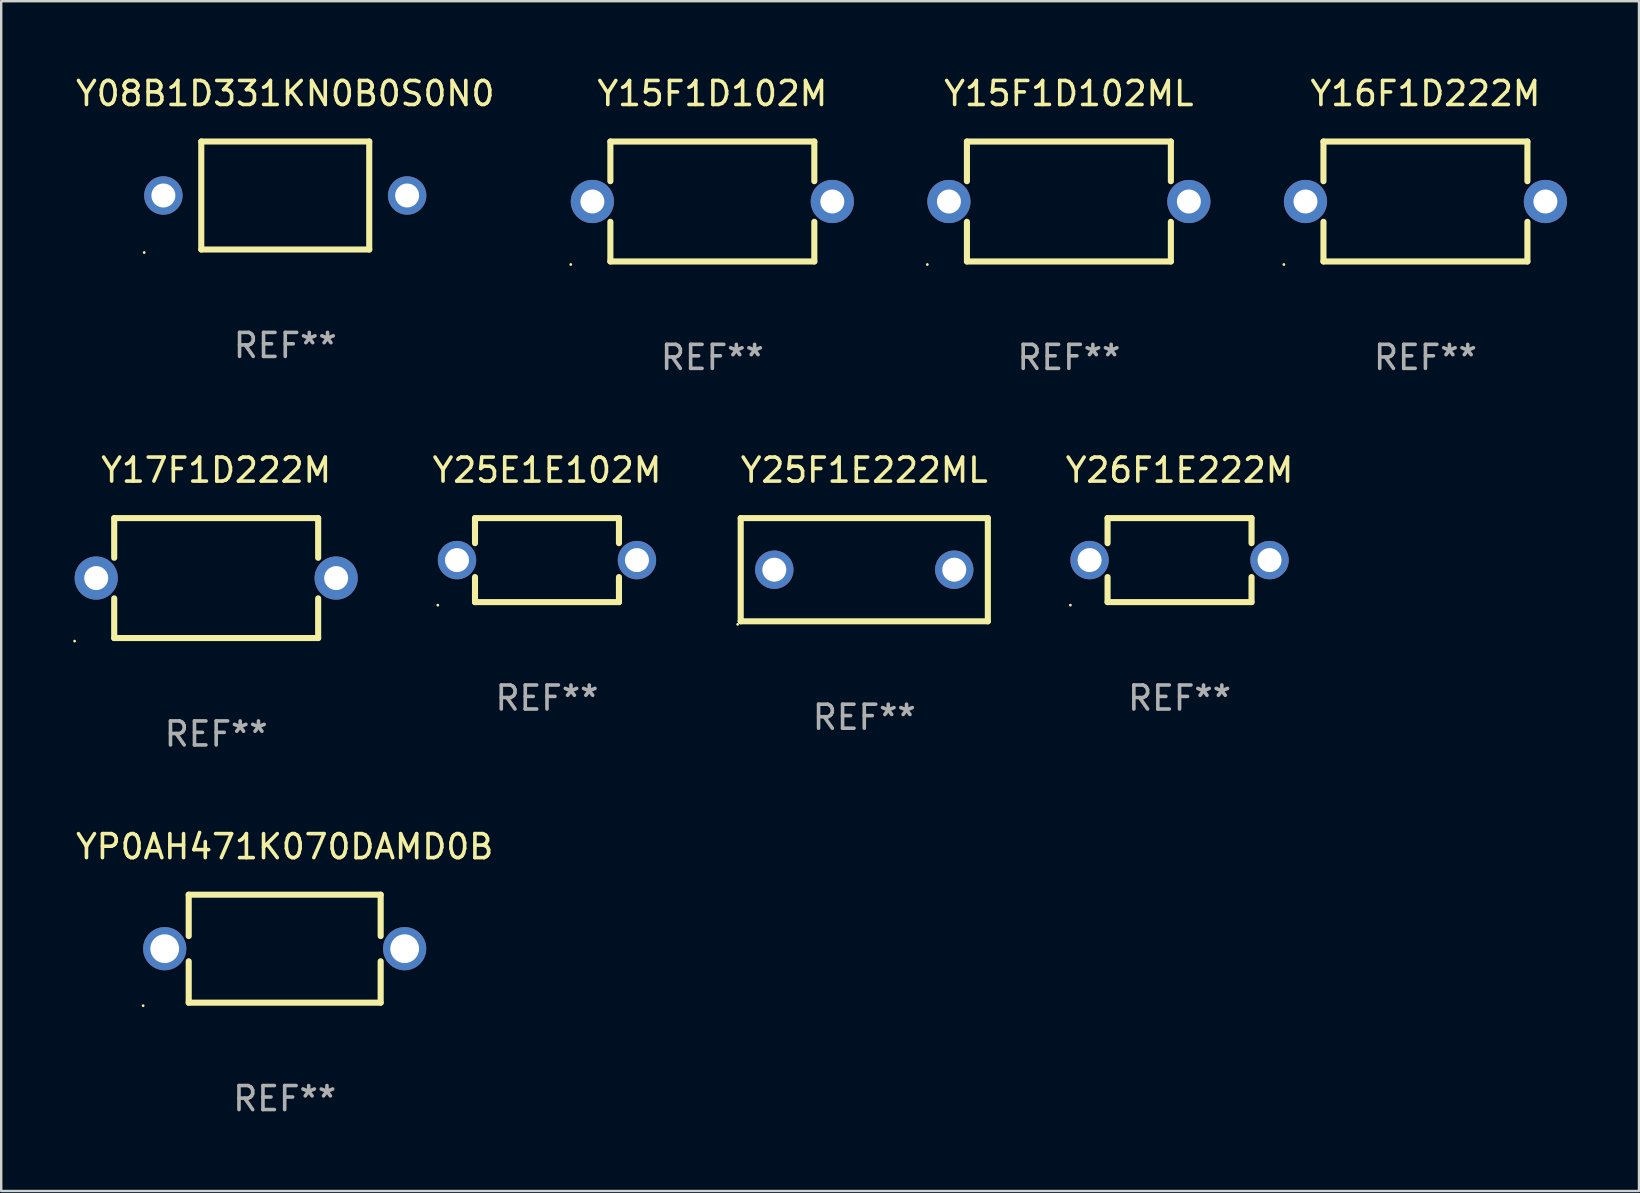
<source format=kicad_pcb>
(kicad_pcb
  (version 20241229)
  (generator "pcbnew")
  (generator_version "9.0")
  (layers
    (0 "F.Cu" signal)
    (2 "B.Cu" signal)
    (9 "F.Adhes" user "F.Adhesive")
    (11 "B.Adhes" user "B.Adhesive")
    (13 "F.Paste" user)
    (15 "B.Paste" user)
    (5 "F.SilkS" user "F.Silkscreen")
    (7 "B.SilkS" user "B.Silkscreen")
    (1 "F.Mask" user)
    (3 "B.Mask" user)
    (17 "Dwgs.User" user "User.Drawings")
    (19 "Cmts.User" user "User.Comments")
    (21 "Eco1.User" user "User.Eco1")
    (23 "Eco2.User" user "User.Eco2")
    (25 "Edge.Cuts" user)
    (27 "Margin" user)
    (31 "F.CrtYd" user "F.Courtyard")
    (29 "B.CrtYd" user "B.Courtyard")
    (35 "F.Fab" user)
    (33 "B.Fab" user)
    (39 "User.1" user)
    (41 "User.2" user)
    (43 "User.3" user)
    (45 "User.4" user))
  (footprint "YP0AH471K070DAMD0B"
    (layer "F.Cu")
    (at 8.815 36.489)
    (property "Reference" "YP0AH471K070DAMD0B" (at 0 -4.25 0) (layer "F.SilkS") (effects (font (size 1 1) (thickness 0.15))))
    (attr through_hole)
    (fp_line (start -4 -2.25) (end -4 -0.526) (stroke (width 0.254) (type solid)) (layer "F.SilkS"))
    (fp_line (start -4 -2.25) (end 4 -2.25) (stroke (width 0.254) (type solid)) (layer "F.SilkS"))
    (fp_line (start -4 0.526) (end -4 2.25) (stroke (width 0.254) (type solid)) (layer "F.SilkS"))
    (fp_line (start 4 -2.25) (end 4 -0.526) (stroke (width 0.254) (type solid)) (layer "F.SilkS"))
    (fp_line (start 4 0.526) (end 4 2.25) (stroke (width 0.254) (type solid)) (layer "F.SilkS"))
    (fp_line (start 4 2.25) (end -4 2.25) (stroke (width 0.254) (type solid)) (layer "F.SilkS"))
    (fp_circle (center -5.9 2.377) (end -5.87 2.377) (stroke (width 0.06) (type solid)) (fill no) (layer "F.SilkS"))
    (fp_text user "REF**" (at 0 6.25 0) (layer "F.Fab") (effects (font (size 1 1) (thickness 0.15))))
    (pad "1" thru_hole circle (at -5 0) (size 1.8 1.8) (drill 1.2) (layers "*.Cu" "*.Mask"))
    (pad "2" thru_hole circle (at 5 0) (size 1.8 1.8) (drill 1.2) (layers "*.Cu" "*.Mask")))
  (footprint "Y15F1D102ML"
    (layer "F.Cu")
    (at 41.499 5.348)
    (property "Reference" "Y15F1D102ML" (at 0 -4.499 0) (layer "F.SilkS") (effects (font (size 1 1) (thickness 0.15))))
    (attr through_hole)
    (fp_line (start -4.25 -2.499) (end -4.25 -0.846) (stroke (width 0.254) (type solid)) (layer "F.SilkS"))
    (fp_line (start -4.25 -2.499) (end 4.25 -2.499) (stroke (width 0.254) (type solid)) (layer "F.SilkS"))
    (fp_line (start -4.25 0.846) (end -4.25 2.499) (stroke (width 0.254) (type solid)) (layer "F.SilkS"))
    (fp_line (start 4.25 -0.846) (end 4.25 -2.499) (stroke (width 0.254) (type solid)) (layer "F.SilkS"))
    (fp_line (start 4.25 2.499) (end -4.25 2.499) (stroke (width 0.254) (type solid)) (layer "F.SilkS"))
    (fp_line (start 4.25 2.499) (end 4.25 0.846) (stroke (width 0.254) (type solid)) (layer "F.SilkS"))
    (fp_circle (center -5.9 2.626) (end -5.87 2.626) (stroke (width 0.06) (type solid)) (fill no) (layer "F.SilkS"))
    (fp_text user "REF**" (at 0 6.499 0) (layer "F.Fab") (effects (font (size 1 1) (thickness 0.15))))
    (pad "1" thru_hole circle (at -5 0) (size 1.8 1.8) (drill 1) (layers "*.Cu" "*.Mask"))
    (pad "2" thru_hole circle (at 5 0) (size 1.8 1.8) (drill 1) (layers "*.Cu" "*.Mask")))
  (footprint "Y25E1E102M"
    (layer "F.Cu")
    (at 19.747 20.294)
    (property "Reference" "Y25E1E102M" (at 0 -3.75 0) (layer "F.SilkS") (effects (font (size 1 1) (thickness 0.15))))
    (attr through_hole)
    (fp_line (start -3 -1.75) (end -3 -0.706) (stroke (width 0.254) (type solid)) (layer "F.SilkS"))
    (fp_line (start -3 -1.75) (end 3 -1.75) (stroke (width 0.254) (type solid)) (layer "F.SilkS"))
    (fp_line (start -3 0.706) (end -3 1.75) (stroke (width 0.254) (type solid)) (layer "F.SilkS"))
    (fp_line (start 3 -1.75) (end 3 -0.706) (stroke (width 0.254) (type solid)) (layer "F.SilkS"))
    (fp_line (start 3 0.706) (end 3 1.75) (stroke (width 0.254) (type solid)) (layer "F.SilkS"))
    (fp_line (start 3 1.75) (end -3 1.75) (stroke (width 0.254) (type solid)) (layer "F.SilkS"))
    (fp_circle (center -4.55 1.877) (end -4.52 1.877) (stroke (width 0.06) (type solid)) (fill no) (layer "F.SilkS"))
    (fp_text user "REF**" (at 0 5.75 0) (layer "F.Fab") (effects (font (size 1 1) (thickness 0.15))))
    (pad "1" thru_hole circle (at -3.75 -0.000025) (size 1.6 1.6) (drill 1) (layers "*.Cu" "*.Mask"))
    (pad "2" thru_hole circle (at 3.75 -0.000025) (size 1.6 1.6) (drill 1) (layers "*.Cu" "*.Mask")))
  (footprint "Y15F1D102M"
    (layer "F.Cu")
    (at 26.639 5.348)
    (property "Reference" "Y15F1D102M" (at 0 -4.499 0) (layer "F.SilkS") (effects (font (size 1 1) (thickness 0.15))))
    (attr through_hole)
    (fp_line (start -4.25 -2.499) (end -4.25 -0.846) (stroke (width 0.254) (type solid)) (layer "F.SilkS"))
    (fp_line (start -4.25 -2.499) (end 4.25 -2.499) (stroke (width 0.254) (type solid)) (layer "F.SilkS"))
    (fp_line (start -4.25 0.846) (end -4.25 2.499) (stroke (width 0.254) (type solid)) (layer "F.SilkS"))
    (fp_line (start 4.25 -0.846) (end 4.25 -2.499) (stroke (width 0.254) (type solid)) (layer "F.SilkS"))
    (fp_line (start 4.25 2.499) (end -4.25 2.499) (stroke (width 0.254) (type solid)) (layer "F.SilkS"))
    (fp_line (start 4.25 2.499) (end 4.25 0.846) (stroke (width 0.254) (type solid)) (layer "F.SilkS"))
    (fp_circle (center -5.9 2.626) (end -5.87 2.626) (stroke (width 0.06) (type solid)) (fill no) (layer "F.SilkS"))
    (fp_text user "REF**" (at 0 6.499 0) (layer "F.Fab") (effects (font (size 1 1) (thickness 0.15))))
    (pad "1" thru_hole circle (at -5 0) (size 1.8 1.8) (drill 1) (layers "*.Cu" "*.Mask"))
    (pad "2" thru_hole circle (at 5 0) (size 1.8 1.8) (drill 1) (layers "*.Cu" "*.Mask")))
  (footprint "Y25F1E222ML"
    (layer "F.Cu")
    (at 32.971 20.694)
    (property "Reference" "Y25F1E222ML" (at 0 -4.15 0) (layer "F.SilkS") (effects (font (size 1 1) (thickness 0.15))))
    (attr through_hole)
    (fp_line (start -5.15 2.15) (end -5.15 -2.15) (stroke (width 0.254) (type solid)) (layer "F.SilkS"))
    (fp_line (start -5.15 -2.15) (end 5.15 -2.15) (stroke (width 0.254) (type solid)) (layer "F.SilkS"))
    (fp_line (start 5.15 2.15) (end -5.15 2.15) (stroke (width 0.254) (type solid)) (layer "F.SilkS"))
    (fp_line (start 5.15 -2.15) (end 5.15 2.15) (stroke (width 0.254) (type solid)) (layer "F.SilkS"))
    (fp_circle (center -5.277 2.277) (end -5.247 2.277) (stroke (width 0.06) (type solid)) (fill no) (layer "F.SilkS"))
    (fp_text user "REF**" (at 0 6.15 0) (layer "F.Fab") (effects (font (size 1 1) (thickness 0.15))))
    (pad "1" thru_hole circle (at -3.75 0) (size 1.6 1.6) (drill 1) (layers "*.Cu" "*.Mask"))
    (pad "2" thru_hole circle (at 3.75 0) (size 1.6 1.6) (drill 1) (layers "*.Cu" "*.Mask")))
  (footprint "Y17F1D222M"
    (layer "F.Cu")
    (at 5.96 21.043)
    (property "Reference" "Y17F1D222M" (at 0 -4.499 0) (layer "F.SilkS") (effects (font (size 1 1) (thickness 0.15))))
    (attr through_hole)
    (fp_line (start -4.25 -2.499) (end -4.25 -0.846) (stroke (width 0.254) (type solid)) (layer "F.SilkS"))
    (fp_line (start -4.25 -2.499) (end 4.25 -2.499) (stroke (width 0.254) (type solid)) (layer "F.SilkS"))
    (fp_line (start -4.25 0.846) (end -4.25 2.499) (stroke (width 0.254) (type solid)) (layer "F.SilkS"))
    (fp_line (start 4.25 -0.846) (end 4.25 -2.499) (stroke (width 0.254) (type solid)) (layer "F.SilkS"))
    (fp_line (start 4.25 2.499) (end -4.25 2.499) (stroke (width 0.254) (type solid)) (layer "F.SilkS"))
    (fp_line (start 4.25 2.499) (end 4.25 0.846) (stroke (width 0.254) (type solid)) (layer "F.SilkS"))
    (fp_circle (center -5.9 2.626) (end -5.87 2.626) (stroke (width 0.06) (type solid)) (fill no) (layer "F.SilkS"))
    (fp_text user "REF**" (at 0 6.499 0) (layer "F.Fab") (effects (font (size 1 1) (thickness 0.15))))
    (pad "1" thru_hole circle (at -5 0) (size 1.8 1.8) (drill 1) (layers "*.Cu" "*.Mask"))
    (pad "2" thru_hole circle (at 5 0) (size 1.8 1.8) (drill 1) (layers "*.Cu" "*.Mask")))
  (footprint "Y08B1D331KN0B0S0N0"
    (layer "F.Cu")
    (at 8.839 5.098)
    (property "Reference" "Y08B1D331KN0B0S0N0" (at 0 -4.25 0) (layer "F.SilkS") (effects (font (size 1 1) (thickness 0.15))))
    (attr through_hole)
    (fp_line (start -3.5 -2.25) (end 3.5 -2.25) (stroke (width 0.254) (type solid)) (layer "F.SilkS"))
    (fp_line (start -3.5 2.25) (end -3.5 -2.25) (stroke (width 0.254) (type solid)) (layer "F.SilkS"))
    (fp_line (start 3.5 -2.25) (end 3.5 2.25) (stroke (width 0.254) (type solid)) (layer "F.SilkS"))
    (fp_line (start 3.5 2.25) (end -3.5 2.25) (stroke (width 0.254) (type solid)) (layer "F.SilkS"))
    (fp_circle (center -5.88 2.377) (end -5.85 2.377) (stroke (width 0.06) (type solid)) (fill no) (layer "F.SilkS"))
    (fp_text user "REF**" (at 0 6.25 0) (layer "F.Fab") (effects (font (size 1 1) (thickness 0.15))))
    (pad "1" thru_hole circle (at -5.08 0) (size 1.6 1.6) (drill 1) (layers "*.Cu" "*.Mask"))
    (pad "2" thru_hole circle (at 5.08 0) (size 1.6 1.6) (drill 1) (layers "*.Cu" "*.Mask")))
  (footprint "Y26F1E222M"
    (layer "F.Cu")
    (at 46.111 20.294)
    (property "Reference" "Y26F1E222M" (at 0 -3.75 0) (layer "F.SilkS") (effects (font (size 1 1) (thickness 0.15))))
    (attr through_hole)
    (fp_line (start -3 -1.75) (end -3 -0.706) (stroke (width 0.254) (type solid)) (layer "F.SilkS"))
    (fp_line (start -3 -1.75) (end 3 -1.75) (stroke (width 0.254) (type solid)) (layer "F.SilkS"))
    (fp_line (start -3 0.706) (end -3 1.75) (stroke (width 0.254) (type solid)) (layer "F.SilkS"))
    (fp_line (start 3 -1.75) (end 3 -0.706) (stroke (width 0.254) (type solid)) (layer "F.SilkS"))
    (fp_line (start 3 0.706) (end 3 1.75) (stroke (width 0.254) (type solid)) (layer "F.SilkS"))
    (fp_line (start 3 1.75) (end -3 1.75) (stroke (width 0.254) (type solid)) (layer "F.SilkS"))
    (fp_circle (center -4.55 1.877) (end -4.52 1.877) (stroke (width 0.06) (type solid)) (fill no) (layer "F.SilkS"))
    (fp_text user "REF**" (at 0 5.75 0) (layer "F.Fab") (effects (font (size 1 1) (thickness 0.15))))
    (pad "1" thru_hole circle (at -3.75 -0.000025) (size 1.6 1.6) (drill 1) (layers "*.Cu" "*.Mask"))
    (pad "2" thru_hole circle (at 3.75 -0.000025) (size 1.6 1.6) (drill 1) (layers "*.Cu" "*.Mask")))
  (footprint "Y16F1D222M"
    (layer "F.Cu")
    (at 56.359 5.348)
    (property "Reference" "Y16F1D222M" (at 0 -4.499 0) (layer "F.SilkS") (effects (font (size 1 1) (thickness 0.15))))
    (attr through_hole)
    (fp_line (start -4.25 -2.499) (end -4.25 -0.846) (stroke (width 0.254) (type solid)) (layer "F.SilkS"))
    (fp_line (start -4.25 -2.499) (end 4.25 -2.499) (stroke (width 0.254) (type solid)) (layer "F.SilkS"))
    (fp_line (start -4.25 0.846) (end -4.25 2.499) (stroke (width 0.254) (type solid)) (layer "F.SilkS"))
    (fp_line (start 4.25 -0.846) (end 4.25 -2.499) (stroke (width 0.254) (type solid)) (layer "F.SilkS"))
    (fp_line (start 4.25 2.499) (end -4.25 2.499) (stroke (width 0.254) (type solid)) (layer "F.SilkS"))
    (fp_line (start 4.25 2.499) (end 4.25 0.846) (stroke (width 0.254) (type solid)) (layer "F.SilkS"))
    (fp_circle (center -5.9 2.626) (end -5.87 2.626) (stroke (width 0.06) (type solid)) (fill no) (layer "F.SilkS"))
    (fp_text user "REF**" (at 0 6.499 0) (layer "F.Fab") (effects (font (size 1 1) (thickness 0.15))))
    (pad "1" thru_hole circle (at -5 0) (size 1.8 1.8) (drill 1) (layers "*.Cu" "*.Mask"))
    (pad "2" thru_hole circle (at 5 0) (size 1.8 1.8) (drill 1) (layers "*.Cu" "*.Mask")))
  (gr_rect
    (start -3 -3)
    (end 65.259 46.587)
    (stroke (width 0.1) (type default))
    (fill no)
    (layer "Edge.Cuts")))
</source>
